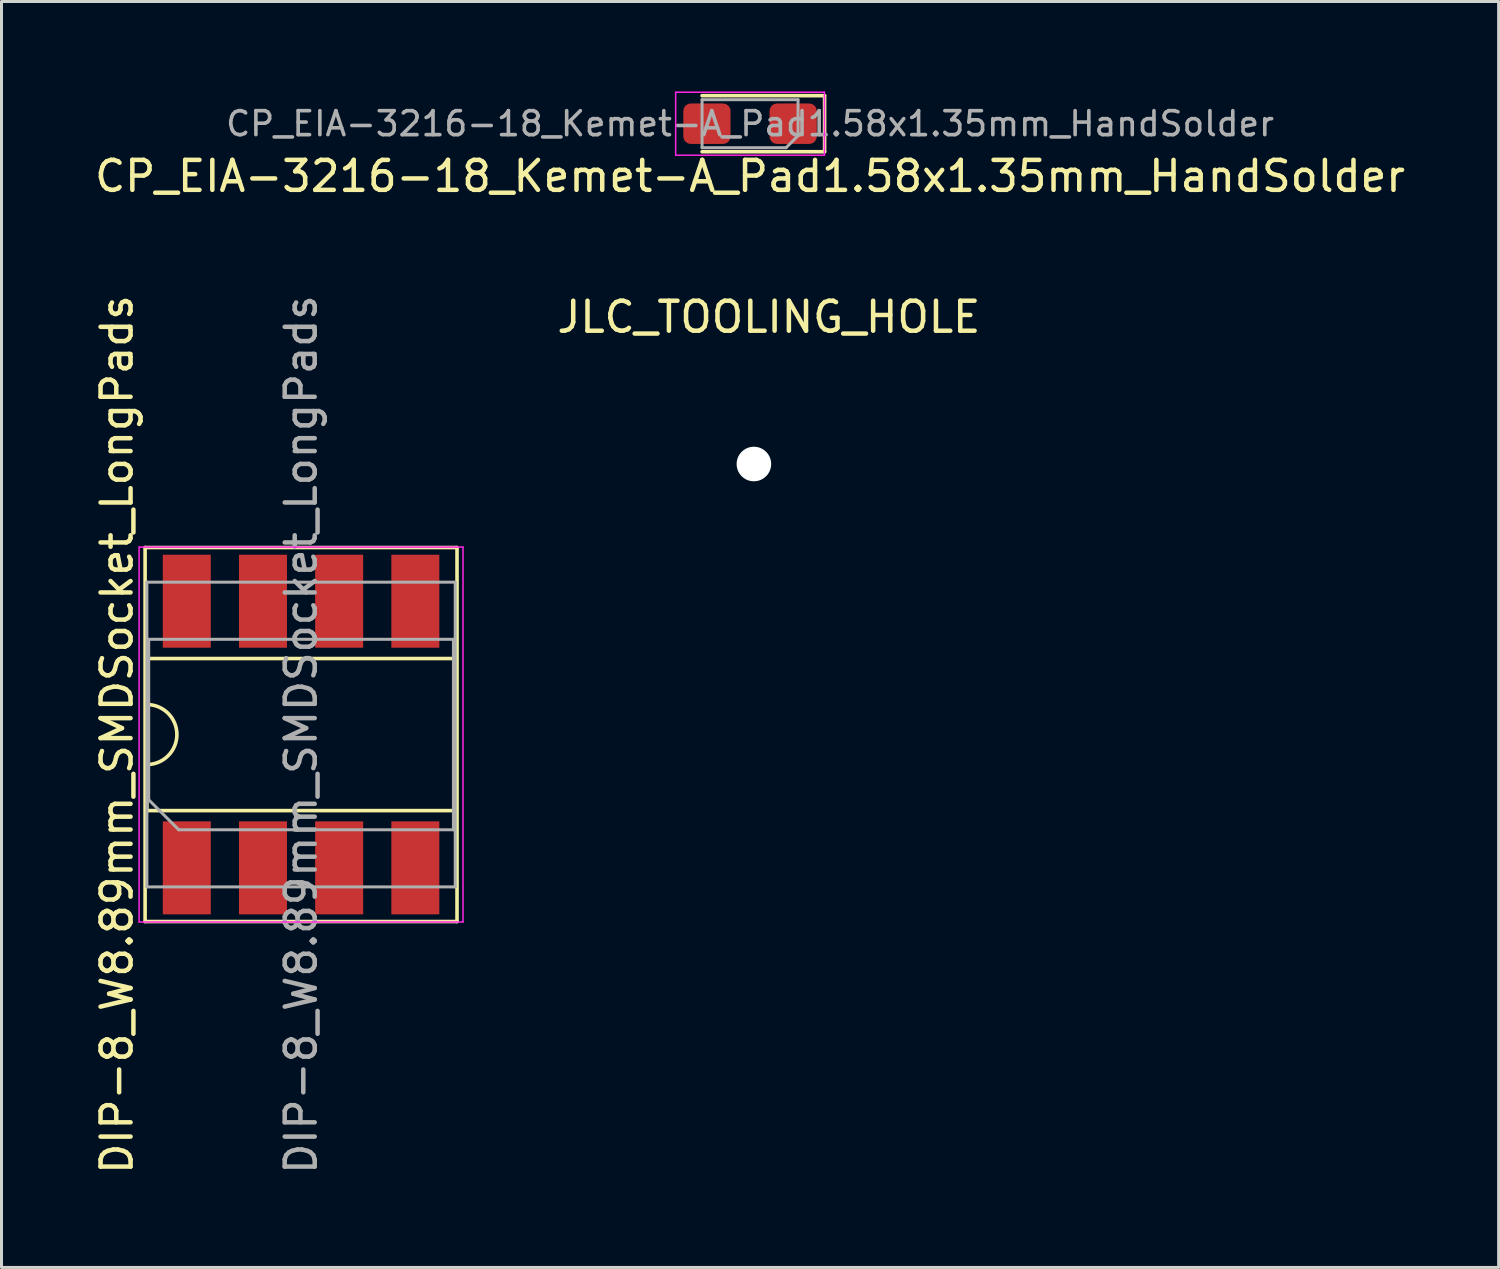
<source format=kicad_pcb>
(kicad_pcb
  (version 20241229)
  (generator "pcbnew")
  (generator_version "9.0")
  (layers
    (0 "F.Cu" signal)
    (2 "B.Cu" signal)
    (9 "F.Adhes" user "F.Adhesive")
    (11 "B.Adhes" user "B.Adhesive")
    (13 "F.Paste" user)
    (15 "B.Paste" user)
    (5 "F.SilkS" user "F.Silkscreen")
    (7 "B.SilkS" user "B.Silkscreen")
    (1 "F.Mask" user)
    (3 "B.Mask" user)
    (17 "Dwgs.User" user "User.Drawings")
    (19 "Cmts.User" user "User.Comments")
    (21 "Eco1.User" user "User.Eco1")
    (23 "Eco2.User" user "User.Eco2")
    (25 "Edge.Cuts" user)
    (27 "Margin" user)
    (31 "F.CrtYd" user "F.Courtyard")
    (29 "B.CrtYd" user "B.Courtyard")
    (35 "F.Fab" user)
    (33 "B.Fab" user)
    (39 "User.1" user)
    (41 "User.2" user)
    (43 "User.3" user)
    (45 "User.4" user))
  (footprint "DIP-8_W8.89mm_SMDSocket_LongPads"
    (layer "F.Cu")
    (at 6.988 21.441)
    (property "Reference" "DIP-8_W8.89mm_SMDSocket_LongPads" (at -6.14 0 90) (layer "F.SilkS") (effects (font (size 1 1) (thickness 0.15))))
    (attr smd)
    (fp_line (start -5.2 -6.235) (end -5.2 6.235) (stroke (width 0.12) (type solid)) (layer "F.SilkS"))
    (fp_line (start -5.2 6.235) (end 5.2 6.235) (stroke (width 0.12) (type solid)) (layer "F.SilkS"))
    (fp_line (start -5.14 -2.535) (end -5.14 -1) (stroke (width 0.12) (type solid)) (layer "F.SilkS"))
    (fp_line (start -5.14 1) (end -5.14 2.535) (stroke (width 0.12) (type solid)) (layer "F.SilkS"))
    (fp_line (start -5.14 2.535) (end 5.14 2.535) (stroke (width 0.12) (type solid)) (layer "F.SilkS"))
    (fp_line (start 5.14 -2.535) (end -5.14 -2.535) (stroke (width 0.12) (type solid)) (layer "F.SilkS"))
    (fp_line (start 5.14 2.535) (end 5.14 -2.535) (stroke (width 0.12) (type solid)) (layer "F.SilkS"))
    (fp_line (start 5.2 -6.235) (end -5.2 -6.235) (stroke (width 0.12) (type solid)) (layer "F.SilkS"))
    (fp_line (start 5.2 6.235) (end 5.2 -6.235) (stroke (width 0.12) (type solid)) (layer "F.SilkS"))
    (fp_arc (start -5.14 -1) (mid -4.14 0) (end -5.14 1) (stroke (width 0.12) (type solid)) (layer "F.SilkS"))
    (fp_line (start -5.4 -6.25) (end -5.4 6.25) (stroke (width 0.05) (type solid)) (layer "F.CrtYd"))
    (fp_line (start -5.4 6.25) (end 5.4 6.25) (stroke (width 0.05) (type solid)) (layer "F.CrtYd"))
    (fp_line (start 5.4 -6.25) (end -5.4 -6.25) (stroke (width 0.05) (type solid)) (layer "F.CrtYd"))
    (fp_line (start 5.4 6.25) (end 5.4 -6.25) (stroke (width 0.05) (type solid)) (layer "F.CrtYd"))
    (fp_line (start -5.14 -5.08) (end -5.14 5.08) (stroke (width 0.1) (type solid)) (layer "F.Fab"))
    (fp_line (start -5.14 5.08) (end 5.14 5.08) (stroke (width 0.1) (type solid)) (layer "F.Fab"))
    (fp_line (start -5.08 -3.175) (end 5.08 -3.175) (stroke (width 0.1) (type solid)) (layer "F.Fab"))
    (fp_line (start -5.08 2.175) (end -5.08 -3.175) (stroke (width 0.1) (type solid)) (layer "F.Fab"))
    (fp_line (start -4.08 3.175) (end -5.08 2.175) (stroke (width 0.1) (type solid)) (layer "F.Fab"))
    (fp_line (start 5.08 -3.175) (end 5.08 3.175) (stroke (width 0.1) (type solid)) (layer "F.Fab"))
    (fp_line (start 5.08 3.175) (end -4.08 3.175) (stroke (width 0.1) (type solid)) (layer "F.Fab"))
    (fp_line (start 5.14 -5.08) (end -5.14 -5.08) (stroke (width 0.1) (type solid)) (layer "F.Fab"))
    (fp_line (start 5.14 5.08) (end 5.14 -5.08) (stroke (width 0.1) (type solid)) (layer "F.Fab"))
    (fp_text user "${REFERENCE}" (at 0 0 90) (layer "F.Fab") (effects (font (size 1 1) (thickness 0.15))))
    (pad "1" smd rect (at -3.81 4.445 90) (size 3.1 1.6) (layers "F.Cu" "F.Mask" "F.Paste"))
    (pad "2" smd rect (at -1.27 4.445 90) (size 3.1 1.6) (layers "F.Cu" "F.Mask" "F.Paste"))
    (pad "3" smd rect (at 1.27 4.445 90) (size 3.1 1.6) (layers "F.Cu" "F.Mask" "F.Paste"))
    (pad "4" smd rect (at 3.81 4.445 90) (size 3.1 1.6) (layers "F.Cu" "F.Mask" "F.Paste"))
    (pad "5" smd rect (at 3.81 -4.445 90) (size 3.1 1.6) (layers "F.Cu" "F.Mask" "F.Paste"))
    (pad "6" smd rect (at 1.27 -4.445 90) (size 3.1 1.6) (layers "F.Cu" "F.Mask" "F.Paste"))
    (pad "7" smd rect (at -1.27 -4.445 90) (size 3.1 1.6) (layers "F.Cu" "F.Mask" "F.Paste"))
    (pad "8" smd rect (at -3.81 -4.445 90) (size 3.1 1.6) (layers "F.Cu" "F.Mask" "F.Paste")))
  (footprint "CP_EIA-3216-18_Kemet-A_Pad1.58x1.35mm_HandSolder"
    (layer "F.Cu")
    (at 21.958 1.075)
    (property "Reference" "CP_EIA-3216-18_Kemet-A_Pad1.58x1.35mm_HandSolder" (at 0 1.75 180) (layer "F.SilkS") (effects (font (size 1 1) (thickness 0.15))))
    (attr smd)
    (fp_line (start -1.6 0.935) (end 2.485 0.935) (stroke (width 0.12) (type solid)) (layer "F.SilkS"))
    (fp_line (start 2.485 -0.935) (end -1.6 -0.935) (stroke (width 0.12) (type solid)) (layer "F.SilkS"))
    (fp_line (start 2.485 0.935) (end 2.485 -0.935) (stroke (width 0.12) (type solid)) (layer "F.SilkS"))
    (fp_line (start -2.48 -1.05) (end 2.48 -1.05) (stroke (width 0.05) (type solid)) (layer "F.CrtYd"))
    (fp_line (start -2.48 1.05) (end -2.48 -1.05) (stroke (width 0.05) (type solid)) (layer "F.CrtYd"))
    (fp_line (start 2.48 -1.05) (end 2.48 1.05) (stroke (width 0.05) (type solid)) (layer "F.CrtYd"))
    (fp_line (start 2.48 1.05) (end -2.48 1.05) (stroke (width 0.05) (type solid)) (layer "F.CrtYd"))
    (fp_line (start -1.6 -0.8) (end -1.6 0.8) (stroke (width 0.1) (type solid)) (layer "F.Fab"))
    (fp_line (start -1.6 0.8) (end 1.2 0.8) (stroke (width 0.1) (type solid)) (layer "F.Fab"))
    (fp_line (start 1.2 0.8) (end 1.6 0.4) (stroke (width 0.1) (type solid)) (layer "F.Fab"))
    (fp_line (start 1.6 -0.8) (end -1.6 -0.8) (stroke (width 0.1) (type solid)) (layer "F.Fab"))
    (fp_line (start 1.6 0.4) (end 1.6 -0.8) (stroke (width 0.1) (type solid)) (layer "F.Fab"))
    (fp_text user "${REFERENCE}" (at 0 0 180) (layer "F.Fab") (effects (font (size 0.8 0.8) (thickness 0.12))))
    (pad "1" smd roundrect (at 1.438 0 180) (size 1.575 1.35) (layers "F.Cu" "F.Mask" "F.Paste") (roundrect_rratio 0.185))
    (pad "2" smd roundrect (at -1.438 0 180) (size 1.575 1.35) (layers "F.Cu" "F.Mask" "F.Paste") (roundrect_rratio 0.185)))
  (footprint "JLC_TOOLING_HOLE"
    (layer "F.Cu")
    (at 22.086 12.421)
    (property "Reference" "JLC_TOOLING_HOLE" (at 0.5 -4.9 0) (layer "F.SilkS") (effects (font (size 1 1) (thickness 0.15))))
    (attr through_hole)
    (pad "" np_thru_hole circle (at 0 0) (size 1.152 1.152) (drill 1.152) (layers "*.Cu" "*.Mask")))
  (gr_rect
    (start -3 -3)
    (end 46.917 39.209)
    (stroke (width 0.1) (type default))
    (fill no)
    (layer "Edge.Cuts")))
</source>
